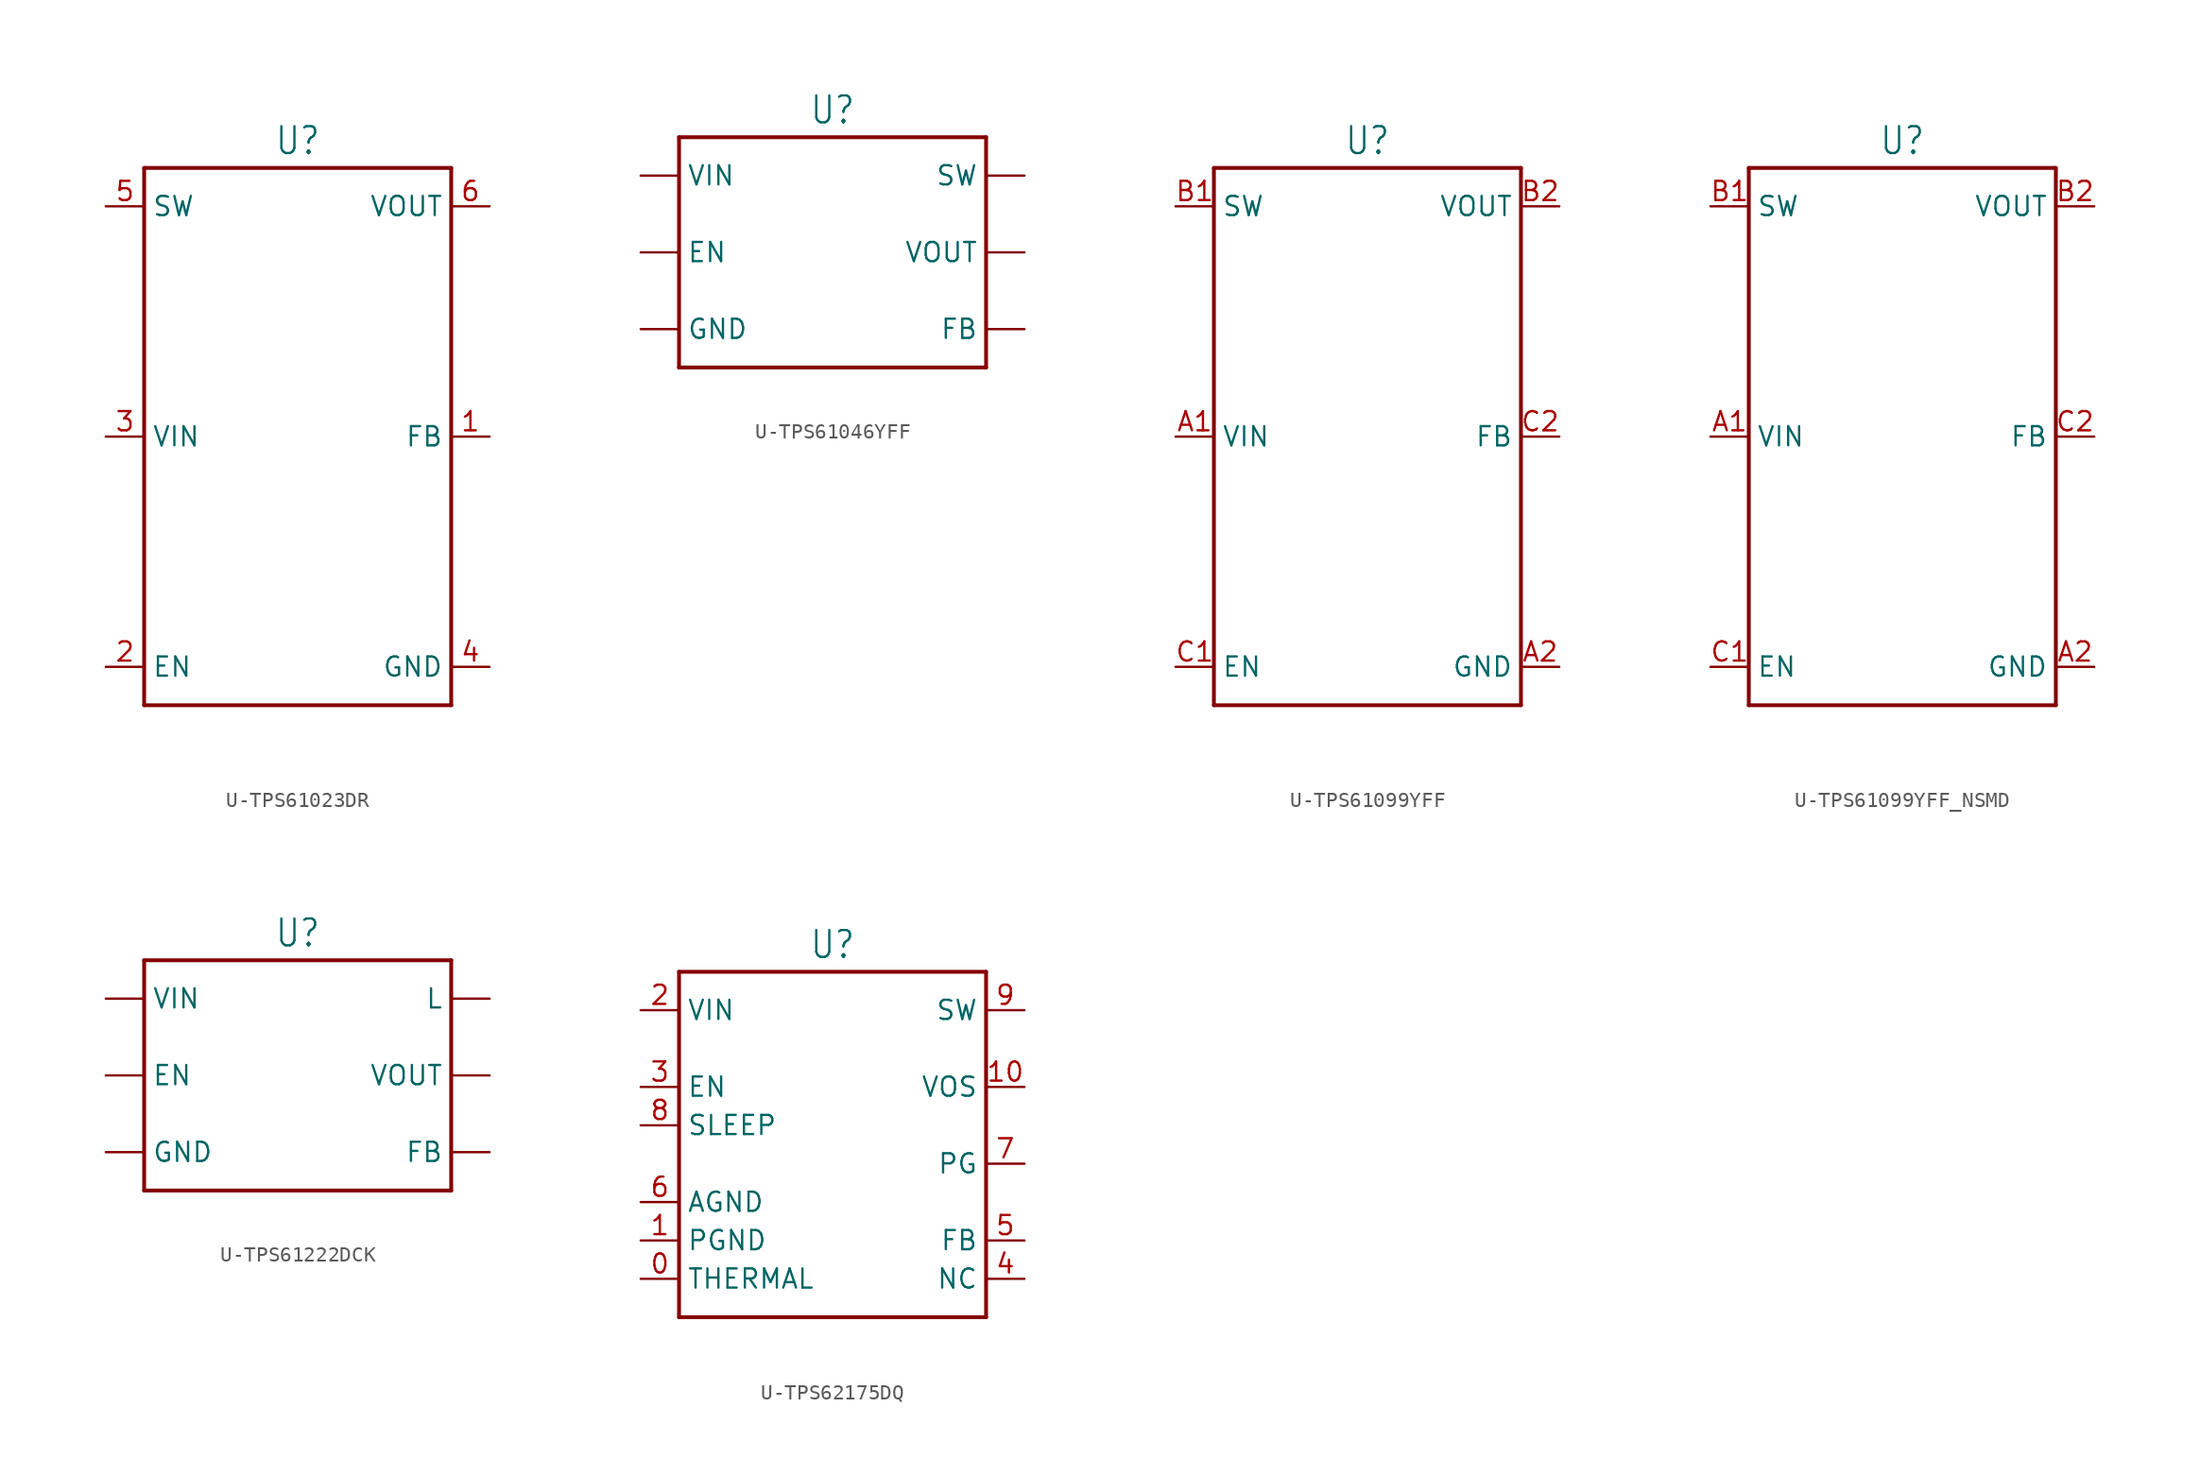
<source format=kicad_sym>
(kicad_symbol_lib
  (version 20231120)
  (generator "kicad_symbol_editor")
  (generator_version "8.0")
  (symbol "U-TPS61023DR"
    (property "Reference" "U"
      (at 0 18.542 0)
      (effects (font (size 1.778 1.511)) (justify bottom)))
    (property "Value" ""
      (at 0 -18.542 0)
      (effects (font (size 1.778 1.511)) (justify top)))
    (property "ki_locked" ""
      (at 0 0 0)
      (effects (font (size 1.27 1.27))))
    (symbol "U-TPS61023DR_1_0"
      (polyline (pts (xy -10.16 -17.78) (xy 10.16 -17.78)) (stroke (width 0.254) (type solid)) (fill (type none)))
      (polyline (pts (xy -10.16 17.78) (xy -10.16 -17.78)) (stroke (width 0.254) (type solid)) (fill (type none)))
      (polyline (pts (xy 10.16 -17.78) (xy 10.16 17.78)) (stroke (width 0.254) (type solid)) (fill (type none)))
      (polyline (pts (xy 10.16 17.78) (xy -10.16 17.78)) (stroke (width 0.254) (type solid)) (fill (type none)))
      (pin passive line (at 12.7 0 180) (length 2.54) (name "FB" (effects (font (size 1.27 1.27)))) (number "1" (effects (font (size 1.27 1.27)))))
      (pin passive line (at -12.7 -15.24 0) (length 2.54) (name "EN" (effects (font (size 1.27 1.27)))) (number "2" (effects (font (size 1.27 1.27)))))
      (pin passive line (at -12.7 0 0) (length 2.54) (name "VIN" (effects (font (size 1.27 1.27)))) (number "3" (effects (font (size 1.27 1.27)))))
      (pin passive line (at 12.7 -15.24 180) (length 2.54) (name "GND" (effects (font (size 1.27 1.27)))) (number "4" (effects (font (size 1.27 1.27)))))
      (pin passive line (at -12.7 15.24 0) (length 2.54) (name "SW" (effects (font (size 1.27 1.27)))) (number "5" (effects (font (size 1.27 1.27)))))
      (pin passive line (at 12.7 15.24 180) (length 2.54) (name "VOUT" (effects (font (size 1.27 1.27)))) (number "6" (effects (font (size 1.27 1.27)))))))
  (symbol "U-TPS61046YFF"
    (property "Reference" "U"
      (at 0 8.382 0)
      (effects (font (size 1.778 1.511)) (justify bottom)))
    (property "Value" ""
      (at 0 -8.382 0)
      (effects (font (size 1.778 1.511)) (justify top)))
    (property "ki_locked" ""
      (at 0 0 0)
      (effects (font (size 1.27 1.27))))
    (symbol "U-TPS61046YFF_1_0"
      (polyline (pts (xy -10.16 -7.62) (xy 10.16 -7.62)) (stroke (width 0.254) (type solid)) (fill (type none)))
      (polyline (pts (xy -10.16 7.62) (xy -10.16 -7.62)) (stroke (width 0.254) (type solid)) (fill (type none)))
      (polyline (pts (xy 10.16 -7.62) (xy 10.16 7.62)) (stroke (width 0.254) (type solid)) (fill (type none)))
      (polyline (pts (xy 10.16 7.62) (xy -10.16 7.62)) (stroke (width 0.254) (type solid)) (fill (type none)))
      (pin passive line (at -12.7 5.08 0) (length 2.54) (name "VIN" (effects (font (size 1.27 1.27)))) (number "A1" (effects (font (size 0 0)))))
      (pin passive line (at -12.7 -5.08 0) (length 2.54) (name "GND" (effects (font (size 1.27 1.27)))) (number "A2" (effects (font (size 0 0)))))
      (pin passive line (at 12.7 -5.08 180) (length 2.54) (name "FB" (effects (font (size 1.27 1.27)))) (number "B1" (effects (font (size 0 0)))))
      (pin passive line (at 12.7 5.08 180) (length 2.54) (name "SW" (effects (font (size 1.27 1.27)))) (number "B2" (effects (font (size 0 0)))))
      (pin passive line (at -12.7 0 0) (length 2.54) (name "EN" (effects (font (size 1.27 1.27)))) (number "C1" (effects (font (size 0 0)))))
      (pin passive line (at 12.7 0 180) (length 2.54) (name "VOUT" (effects (font (size 1.27 1.27)))) (number "C2" (effects (font (size 0 0)))))))
  (symbol "U-TPS61099YFF"
    (property "Reference" "U"
      (at 0 18.542 0)
      (effects (font (size 1.778 1.511)) (justify bottom)))
    (property "Value" ""
      (at 0 -18.542 0)
      (effects (font (size 1.778 1.511)) (justify top)))
    (property "ki_locked" ""
      (at 0 0 0)
      (effects (font (size 1.27 1.27))))
    (symbol "U-TPS61099YFF_1_0"
      (polyline (pts (xy -10.16 -17.78) (xy 10.16 -17.78)) (stroke (width 0.254) (type solid)) (fill (type none)))
      (polyline (pts (xy -10.16 17.78) (xy -10.16 -17.78)) (stroke (width 0.254) (type solid)) (fill (type none)))
      (polyline (pts (xy 10.16 -17.78) (xy 10.16 17.78)) (stroke (width 0.254) (type solid)) (fill (type none)))
      (polyline (pts (xy 10.16 17.78) (xy -10.16 17.78)) (stroke (width 0.254) (type solid)) (fill (type none)))
      (pin passive line (at -12.7 0 0) (length 2.54) (name "VIN" (effects (font (size 1.27 1.27)))) (number "A1" (effects (font (size 1.27 1.27)))))
      (pin passive line (at 12.7 -15.24 180) (length 2.54) (name "GND" (effects (font (size 1.27 1.27)))) (number "A2" (effects (font (size 1.27 1.27)))))
      (pin passive line (at -12.7 15.24 0) (length 2.54) (name "SW" (effects (font (size 1.27 1.27)))) (number "B1" (effects (font (size 1.27 1.27)))))
      (pin passive line (at 12.7 15.24 180) (length 2.54) (name "VOUT" (effects (font (size 1.27 1.27)))) (number "B2" (effects (font (size 1.27 1.27)))))
      (pin passive line (at -12.7 -15.24 0) (length 2.54) (name "EN" (effects (font (size 1.27 1.27)))) (number "C1" (effects (font (size 1.27 1.27)))))
      (pin passive line (at 12.7 0 180) (length 2.54) (name "FB" (effects (font (size 1.27 1.27)))) (number "C2" (effects (font (size 1.27 1.27)))))))
  (symbol "U-TPS61099YFF_NSMD"
    (property "Reference" "U"
      (at 0 18.542 0)
      (effects (font (size 1.778 1.511)) (justify bottom)))
    (property "Value" ""
      (at 0 -18.542 0)
      (effects (font (size 1.778 1.511)) (justify top)))
    (property "ki_locked" ""
      (at 0 0 0)
      (effects (font (size 1.27 1.27))))
    (symbol "U-TPS61099YFF_NSMD_1_0"
      (polyline (pts (xy -10.16 -17.78) (xy 10.16 -17.78)) (stroke (width 0.254) (type solid)) (fill (type none)))
      (polyline (pts (xy -10.16 17.78) (xy -10.16 -17.78)) (stroke (width 0.254) (type solid)) (fill (type none)))
      (polyline (pts (xy 10.16 -17.78) (xy 10.16 17.78)) (stroke (width 0.254) (type solid)) (fill (type none)))
      (polyline (pts (xy 10.16 17.78) (xy -10.16 17.78)) (stroke (width 0.254) (type solid)) (fill (type none)))
      (pin passive line (at -12.7 0 0) (length 2.54) (name "VIN" (effects (font (size 1.27 1.27)))) (number "A1" (effects (font (size 1.27 1.27)))))
      (pin passive line (at 12.7 -15.24 180) (length 2.54) (name "GND" (effects (font (size 1.27 1.27)))) (number "A2" (effects (font (size 1.27 1.27)))))
      (pin passive line (at -12.7 15.24 0) (length 2.54) (name "SW" (effects (font (size 1.27 1.27)))) (number "B1" (effects (font (size 1.27 1.27)))))
      (pin passive line (at 12.7 15.24 180) (length 2.54) (name "VOUT" (effects (font (size 1.27 1.27)))) (number "B2" (effects (font (size 1.27 1.27)))))
      (pin passive line (at -12.7 -15.24 0) (length 2.54) (name "EN" (effects (font (size 1.27 1.27)))) (number "C1" (effects (font (size 1.27 1.27)))))
      (pin passive line (at 12.7 0 180) (length 2.54) (name "FB" (effects (font (size 1.27 1.27)))) (number "C2" (effects (font (size 1.27 1.27)))))))
  (symbol "U-TPS61222DCK"
    (property "Reference" "U"
      (at 0 8.382 0)
      (effects (font (size 1.778 1.511)) (justify bottom)))
    (property "Value" ""
      (at 0 -8.382 0)
      (effects (font (size 1.778 1.511)) (justify top)))
    (property "ki_locked" ""
      (at 0 0 0)
      (effects (font (size 1.27 1.27))))
    (symbol "U-TPS61222DCK_1_0"
      (polyline (pts (xy -10.16 -7.62) (xy 10.16 -7.62)) (stroke (width 0.254) (type solid)) (fill (type none)))
      (polyline (pts (xy -10.16 7.62) (xy -10.16 -7.62)) (stroke (width 0.254) (type solid)) (fill (type none)))
      (polyline (pts (xy 10.16 -7.62) (xy 10.16 7.62)) (stroke (width 0.254) (type solid)) (fill (type none)))
      (polyline (pts (xy 10.16 7.62) (xy -10.16 7.62)) (stroke (width 0.254) (type solid)) (fill (type none)))
      (pin passive line (at -12.7 5.08 0) (length 2.54) (name "VIN" (effects (font (size 1.27 1.27)))) (number "1" (effects (font (size 0 0)))))
      (pin passive line (at 12.7 -5.08 180) (length 2.54) (name "FB" (effects (font (size 1.27 1.27)))) (number "2" (effects (font (size 0 0)))))
      (pin passive line (at -12.7 -5.08 0) (length 2.54) (name "GND" (effects (font (size 1.27 1.27)))) (number "3" (effects (font (size 0 0)))))
      (pin passive line (at 12.7 0 180) (length 2.54) (name "VOUT" (effects (font (size 1.27 1.27)))) (number "4" (effects (font (size 0 0)))))
      (pin passive line (at 12.7 5.08 180) (length 2.54) (name "L" (effects (font (size 1.27 1.27)))) (number "5" (effects (font (size 0 0)))))
      (pin passive line (at -12.7 0 0) (length 2.54) (name "EN" (effects (font (size 1.27 1.27)))) (number "6" (effects (font (size 0 0)))))))
  (symbol "U-TPS62175DQ"
    (property "Reference" "U"
      (at 0 10.922 0)
      (effects (font (size 1.778 1.511)) (justify bottom)))
    (property "Value" ""
      (at 0 -13.462 0)
      (effects (font (size 1.778 1.511)) (justify top)))
    (property "ki_locked" ""
      (at 0 0 0)
      (effects (font (size 1.27 1.27))))
    (symbol "U-TPS62175DQ_1_0"
      (polyline (pts (xy -10.16 -12.7) (xy -10.16 10.16)) (stroke (width 0.254) (type solid)) (fill (type none)))
      (polyline (pts (xy -10.16 10.16) (xy 10.16 10.16)) (stroke (width 0.254) (type solid)) (fill (type none)))
      (polyline (pts (xy 10.16 -12.7) (xy -10.16 -12.7)) (stroke (width 0.254) (type solid)) (fill (type none)))
      (polyline (pts (xy 10.16 10.16) (xy 10.16 -12.7)) (stroke (width 0.254) (type solid)) (fill (type none)))
      (pin passive line (at -12.7 -10.16 0) (length 2.54) (name "THERMAL" (effects (font (size 1.27 1.27)))) (number "0" (effects (font (size 1.27 1.27)))))
      (pin passive line (at -12.7 -7.62 0) (length 2.54) (name "PGND" (effects (font (size 1.27 1.27)))) (number "1" (effects (font (size 1.27 1.27)))))
      (pin passive line (at 12.7 2.54 180) (length 2.54) (name "VOS" (effects (font (size 1.27 1.27)))) (number "10" (effects (font (size 1.27 1.27)))))
      (pin passive line (at -12.7 7.62 0) (length 2.54) (name "VIN" (effects (font (size 1.27 1.27)))) (number "2" (effects (font (size 1.27 1.27)))))
      (pin passive line (at -12.7 2.54 0) (length 2.54) (name "EN" (effects (font (size 1.27 1.27)))) (number "3" (effects (font (size 1.27 1.27)))))
      (pin passive line (at 12.7 -10.16 180) (length 2.54) (name "NC" (effects (font (size 1.27 1.27)))) (number "4" (effects (font (size 1.27 1.27)))))
      (pin passive line (at 12.7 -7.62 180) (length 2.54) (name "FB" (effects (font (size 1.27 1.27)))) (number "5" (effects (font (size 1.27 1.27)))))
      (pin passive line (at -12.7 -5.08 0) (length 2.54) (name "AGND" (effects (font (size 1.27 1.27)))) (number "6" (effects (font (size 1.27 1.27)))))
      (pin passive line (at 12.7 -2.54 180) (length 2.54) (name "PG" (effects (font (size 1.27 1.27)))) (number "7" (effects (font (size 1.27 1.27)))))
      (pin passive line (at -12.7 0 0) (length 2.54) (name "SLEEP" (effects (font (size 1.27 1.27)))) (number "8" (effects (font (size 1.27 1.27)))))
      (pin passive line (at 12.7 7.62 180) (length 2.54) (name "SW" (effects (font (size 1.27 1.27)))) (number "9" (effects (font (size 1.27 1.27))))))))
</source>
